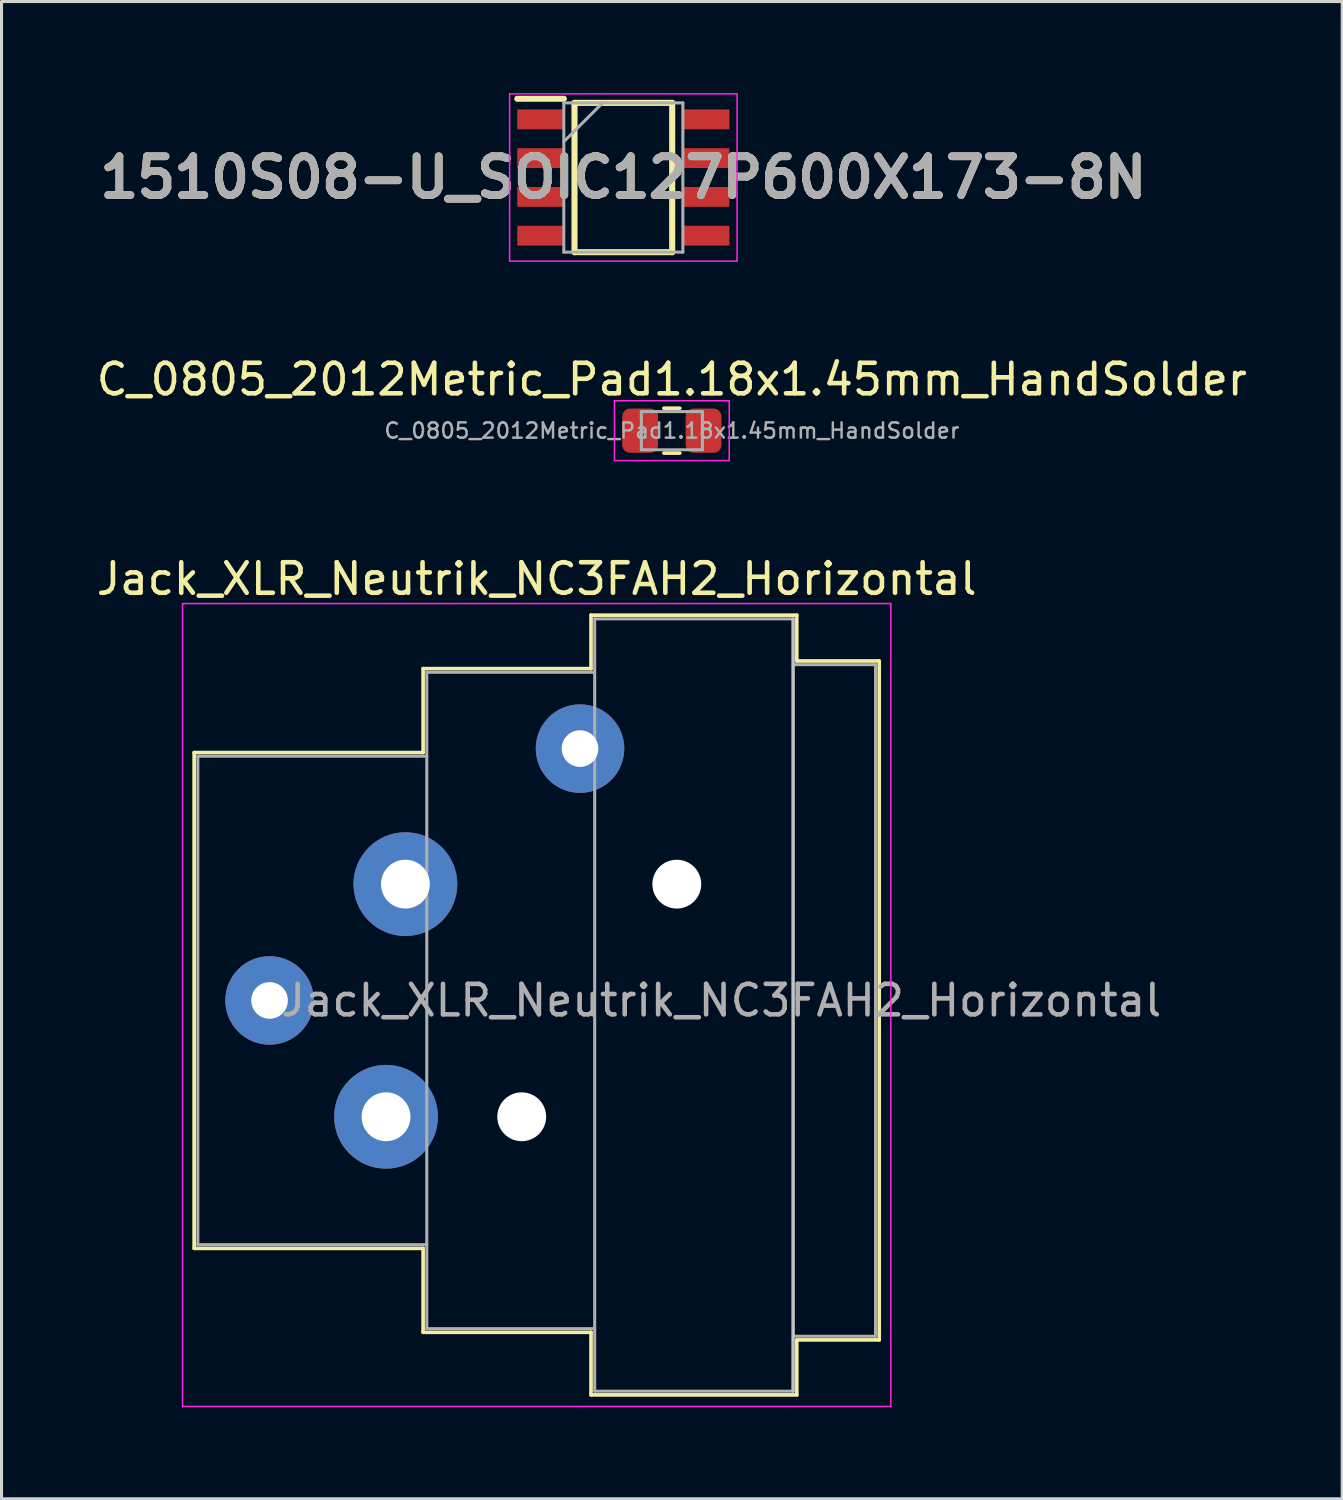
<source format=kicad_pcb>
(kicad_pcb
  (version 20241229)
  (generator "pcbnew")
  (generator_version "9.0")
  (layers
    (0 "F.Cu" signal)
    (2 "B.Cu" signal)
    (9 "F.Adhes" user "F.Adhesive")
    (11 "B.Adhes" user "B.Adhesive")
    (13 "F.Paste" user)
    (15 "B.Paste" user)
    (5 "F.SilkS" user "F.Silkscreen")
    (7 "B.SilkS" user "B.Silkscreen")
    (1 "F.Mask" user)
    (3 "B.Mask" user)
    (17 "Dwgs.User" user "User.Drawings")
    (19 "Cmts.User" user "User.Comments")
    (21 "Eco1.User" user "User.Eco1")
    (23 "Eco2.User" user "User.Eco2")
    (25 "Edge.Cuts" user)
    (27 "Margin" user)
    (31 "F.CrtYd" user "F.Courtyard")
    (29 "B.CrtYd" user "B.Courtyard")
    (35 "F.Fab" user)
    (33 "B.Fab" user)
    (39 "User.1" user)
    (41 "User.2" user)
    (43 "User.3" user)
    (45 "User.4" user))
  (footprint "1510S08-U_SOIC127P600X173-8N"
    (layer "F.Cu")
    (at 17.369 2.765)
    (property "Reference" "1510S08-U_SOIC127P600X173-8N" (at 0 0 0) (layer "F.SilkS") (effects (font (size 1.27 1.27) (thickness 0.254))))
    (attr smd)
    (fp_line (start -3.475 -2.58) (end -1.95 -2.58) (stroke (width 0.2) (type solid)) (layer "F.SilkS"))
    (fp_line (start -1.6 -2.445) (end 1.6 -2.445) (stroke (width 0.2) (type solid)) (layer "F.SilkS"))
    (fp_line (start -1.6 2.445) (end -1.6 -2.445) (stroke (width 0.2) (type solid)) (layer "F.SilkS"))
    (fp_line (start 1.6 -2.445) (end 1.6 2.445) (stroke (width 0.2) (type solid)) (layer "F.SilkS"))
    (fp_line (start 1.6 2.445) (end -1.6 2.445) (stroke (width 0.2) (type solid)) (layer "F.SilkS"))
    (fp_line (start -3.725 -2.74) (end 3.725 -2.74) (stroke (width 0.05) (type solid)) (layer "F.CrtYd"))
    (fp_line (start -3.725 2.74) (end -3.725 -2.74) (stroke (width 0.05) (type solid)) (layer "F.CrtYd"))
    (fp_line (start 3.725 -2.74) (end 3.725 2.74) (stroke (width 0.05) (type solid)) (layer "F.CrtYd"))
    (fp_line (start 3.725 2.74) (end -3.725 2.74) (stroke (width 0.05) (type solid)) (layer "F.CrtYd"))
    (fp_line (start -1.95 -2.445) (end 1.95 -2.445) (stroke (width 0.1) (type solid)) (layer "F.Fab"))
    (fp_line (start -1.95 -1.175) (end -0.68 -2.445) (stroke (width 0.1) (type solid)) (layer "F.Fab"))
    (fp_line (start -1.95 2.445) (end -1.95 -2.445) (stroke (width 0.1) (type solid)) (layer "F.Fab"))
    (fp_line (start 1.95 -2.445) (end 1.95 2.445) (stroke (width 0.1) (type solid)) (layer "F.Fab"))
    (fp_line (start 1.95 2.445) (end -1.95 2.445) (stroke (width 0.1) (type solid)) (layer "F.Fab"))
    (fp_text user "${REFERENCE}" (at 0 0 0) (layer "F.Fab") (effects (font (size 1.27 1.27) (thickness 0.254))))
    (pad "1" smd rect (at -2.712 -1.905 90) (size 0.65 1.525) (layers "F.Cu" "F.Mask" "F.Paste"))
    (pad "2" smd rect (at -2.712 -0.635 90) (size 0.65 1.525) (layers "F.Cu" "F.Mask" "F.Paste"))
    (pad "3" smd rect (at -2.712 0.635 90) (size 0.65 1.525) (layers "F.Cu" "F.Mask" "F.Paste"))
    (pad "4" smd rect (at -2.712 1.905 90) (size 0.65 1.525) (layers "F.Cu" "F.Mask" "F.Paste"))
    (pad "5" smd rect (at 2.712 1.905 90) (size 0.65 1.525) (layers "F.Cu" "F.Mask" "F.Paste"))
    (pad "6" smd rect (at 2.712 0.635 90) (size 0.65 1.525) (layers "F.Cu" "F.Mask" "F.Paste"))
    (pad "7" smd rect (at 2.712 -0.635 90) (size 0.65 1.525) (layers "F.Cu" "F.Mask" "F.Paste"))
    (pad "8" smd rect (at 2.712 -1.905 90) (size 0.65 1.525) (layers "F.Cu" "F.Mask" "F.Paste")))
  (footprint "C_0805_2012Metric_Pad1.18x1.45mm_HandSolder"
    (layer "F.Cu")
    (at 18.958 11.058)
    (property "Reference" "C_0805_2012Metric_Pad1.18x1.45mm_HandSolder" (at 0 -1.68 0) (layer "F.SilkS") (effects (font (size 1 1) (thickness 0.15))))
    (attr smd)
    (fp_line (start -0.261 -0.735) (end 0.261 -0.735) (stroke (width 0.12) (type solid)) (layer "F.SilkS"))
    (fp_line (start -0.261 0.735) (end 0.261 0.735) (stroke (width 0.12) (type solid)) (layer "F.SilkS"))
    (fp_line (start -1.88 -0.98) (end 1.88 -0.98) (stroke (width 0.05) (type solid)) (layer "F.CrtYd"))
    (fp_line (start -1.88 0.98) (end -1.88 -0.98) (stroke (width 0.05) (type solid)) (layer "F.CrtYd"))
    (fp_line (start 1.88 -0.98) (end 1.88 0.98) (stroke (width 0.05) (type solid)) (layer "F.CrtYd"))
    (fp_line (start 1.88 0.98) (end -1.88 0.98) (stroke (width 0.05) (type solid)) (layer "F.CrtYd"))
    (fp_line (start -1 -0.625) (end 1 -0.625) (stroke (width 0.1) (type solid)) (layer "F.Fab"))
    (fp_line (start -1 0.625) (end -1 -0.625) (stroke (width 0.1) (type solid)) (layer "F.Fab"))
    (fp_line (start 1 -0.625) (end 1 0.625) (stroke (width 0.1) (type solid)) (layer "F.Fab"))
    (fp_line (start 1 0.625) (end -1 0.625) (stroke (width 0.1) (type solid)) (layer "F.Fab"))
    (fp_text user "${REFERENCE}" (at 0 0 0) (layer "F.Fab") (effects (font (size 0.5 0.5) (thickness 0.08))))
    (pad "1" smd roundrect (at -1.038 0) (size 1.175 1.45) (layers "F.Cu" "F.Mask" "F.Paste") (roundrect_rratio 0.213))
    (pad "2" smd roundrect (at 1.038 0) (size 1.175 1.45) (layers "F.Cu" "F.Mask" "F.Paste") (roundrect_rratio 0.213)))
  (footprint "Jack_XLR_Neutrik_NC3FAH2_Horizontal"
    (layer "F.Cu")
    (at 10.23 25.912)
    (property "Reference" "Jack_XLR_Neutrik_NC3FAH2_Horizontal" (at 4.3 -10 0) (layer "F.SilkS") (effects (font (size 1 1) (thickness 0.15))))
    (attr through_hole)
    (fp_line (start -6.92 -4.31) (end -6.92 11.93) (stroke (width 0.12) (type solid)) (layer "F.SilkS"))
    (fp_line (start 0.58 -7.06) (end 0.58 -4.31) (stroke (width 0.12) (type solid)) (layer "F.SilkS"))
    (fp_line (start 0.58 -4.31) (end -6.92 -4.31) (stroke (width 0.12) (type solid)) (layer "F.SilkS"))
    (fp_line (start 0.58 11.93) (end -6.92 11.93) (stroke (width 0.12) (type solid)) (layer "F.SilkS"))
    (fp_line (start 0.58 11.93) (end 0.58 14.68) (stroke (width 0.12) (type solid)) (layer "F.SilkS"))
    (fp_line (start 6.08 -7.06) (end 0.58 -7.06) (stroke (width 0.12) (type solid)) (layer "F.SilkS"))
    (fp_line (start 6.08 -7.06) (end 6.08 -8.81) (stroke (width 0.12) (type solid)) (layer "F.SilkS"))
    (fp_line (start 6.08 14.68) (end 0.58 14.68) (stroke (width 0.12) (type solid)) (layer "F.SilkS"))
    (fp_line (start 6.08 16.73) (end 6.08 14.68) (stroke (width 0.12) (type solid)) (layer "F.SilkS"))
    (fp_line (start 12.82 -8.81) (end 6.08 -8.81) (stroke (width 0.12) (type solid)) (layer "F.SilkS"))
    (fp_line (start 12.82 -8.81) (end 12.82 -7.31) (stroke (width 0.12) (type solid)) (layer "F.SilkS"))
    (fp_line (start 12.82 -7.31) (end 15.52 -7.31) (stroke (width 0.12) (type solid)) (layer "F.SilkS"))
    (fp_line (start 12.82 14.93) (end 12.82 16.73) (stroke (width 0.12) (type solid)) (layer "F.SilkS"))
    (fp_line (start 12.82 14.93) (end 15.52 14.93) (stroke (width 0.12) (type solid)) (layer "F.SilkS"))
    (fp_line (start 12.82 16.73) (end 6.08 16.73) (stroke (width 0.12) (type solid)) (layer "F.SilkS"))
    (fp_line (start 15.52 -7.31) (end 15.52 14.93) (stroke (width 0.12) (type solid)) (layer "F.SilkS"))
    (fp_line (start 12.7 -8.69) (end 12.7 16.61) (stroke (width 0.1) (type solid)) (layer "Dwgs.User"))
    (fp_line (start -7.3 -9.19) (end -7.3 17.11) (stroke (width 0.05) (type solid)) (layer "F.CrtYd"))
    (fp_line (start 15.9 -9.19) (end -7.3 -9.19) (stroke (width 0.05) (type solid)) (layer "F.CrtYd"))
    (fp_line (start 15.9 -9.19) (end 15.9 17.11) (stroke (width 0.05) (type solid)) (layer "F.CrtYd"))
    (fp_line (start 15.9 17.11) (end -7.3 17.11) (stroke (width 0.05) (type solid)) (layer "F.CrtYd"))
    (fp_line (start -6.8 -4.19) (end -6.8 11.81) (stroke (width 0.1) (type solid)) (layer "F.Fab"))
    (fp_line (start -6.8 11.81) (end 0.7 11.81) (stroke (width 0.1) (type solid)) (layer "F.Fab"))
    (fp_line (start 0.7 -6.94) (end 0.7 14.56) (stroke (width 0.1) (type solid)) (layer "F.Fab"))
    (fp_line (start 0.7 -4.19) (end -6.8 -4.19) (stroke (width 0.1) (type solid)) (layer "F.Fab"))
    (fp_line (start 0.7 14.56) (end 6.2 14.56) (stroke (width 0.1) (type solid)) (layer "F.Fab"))
    (fp_line (start 6.2 -8.69) (end 12.7 -8.69) (stroke (width 0.1) (type solid)) (layer "F.Fab"))
    (fp_line (start 6.2 -6.94) (end 0.7 -6.94) (stroke (width 0.1) (type solid)) (layer "F.Fab"))
    (fp_line (start 6.2 16.61) (end 6.2 -8.69) (stroke (width 0.1) (type solid)) (layer "F.Fab"))
    (fp_line (start 12.7 -8.69) (end 12.7 16.61) (stroke (width 0.1) (type solid)) (layer "F.Fab"))
    (fp_line (start 12.7 -7.19) (end 15.4 -7.19) (stroke (width 0.1) (type solid)) (layer "F.Fab"))
    (fp_line (start 12.7 16.61) (end 6.2 16.61) (stroke (width 0.1) (type solid)) (layer "F.Fab"))
    (fp_line (start 15.4 -7.19) (end 15.4 14.81) (stroke (width 0.1) (type solid)) (layer "F.Fab"))
    (fp_line (start 15.4 14.81) (end 12.7 14.81) (stroke (width 0.1) (type solid)) (layer "F.Fab"))
    (fp_text user "${REFERENCE}" (at 10.35 3.81 0) (layer "F.Fab") (effects (font (size 1 1) (thickness 0.15))))
    (pad "" np_thru_hole circle (at 3.81 7.62) (size 1.6 1.6) (drill 1.6) (layers "*.Cu" "*.Mask"))
    (pad "" np_thru_hole circle (at 8.89 0) (size 1.6 1.6) (drill 1.6) (layers "*.Cu" "*.Mask"))
    (pad "1" thru_hole circle (at 0 0) (size 3.4 3.4) (drill 1.6) (layers "*.Cu" "*.Mask"))
    (pad "2" thru_hole circle (at -0.635 7.62) (size 3.4 3.4) (drill 1.6) (layers "*.Cu" "*.Mask"))
    (pad "3" thru_hole circle (at -4.45 3.81) (size 2.9 2.9) (drill 1.2) (layers "*.Cu" "*.Mask"))
    (pad "G" thru_hole circle (at 5.72 -4.44) (size 2.9 2.9) (drill 1.2) (layers "*.Cu" "*.Mask")))
  (gr_rect
    (start -3 -3)
    (end 40.917 46.047)
    (stroke (width 0.1) (type default))
    (fill no)
    (layer "Edge.Cuts")))
</source>
